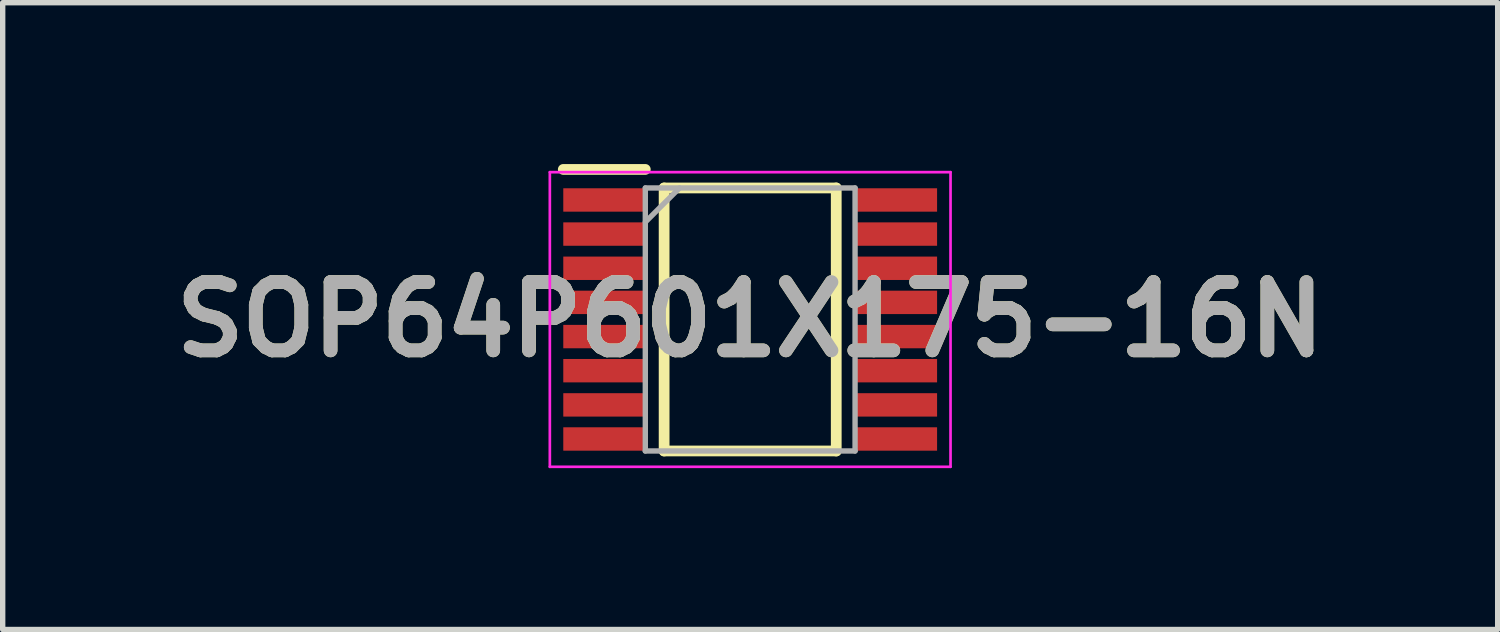
<source format=kicad_pcb>
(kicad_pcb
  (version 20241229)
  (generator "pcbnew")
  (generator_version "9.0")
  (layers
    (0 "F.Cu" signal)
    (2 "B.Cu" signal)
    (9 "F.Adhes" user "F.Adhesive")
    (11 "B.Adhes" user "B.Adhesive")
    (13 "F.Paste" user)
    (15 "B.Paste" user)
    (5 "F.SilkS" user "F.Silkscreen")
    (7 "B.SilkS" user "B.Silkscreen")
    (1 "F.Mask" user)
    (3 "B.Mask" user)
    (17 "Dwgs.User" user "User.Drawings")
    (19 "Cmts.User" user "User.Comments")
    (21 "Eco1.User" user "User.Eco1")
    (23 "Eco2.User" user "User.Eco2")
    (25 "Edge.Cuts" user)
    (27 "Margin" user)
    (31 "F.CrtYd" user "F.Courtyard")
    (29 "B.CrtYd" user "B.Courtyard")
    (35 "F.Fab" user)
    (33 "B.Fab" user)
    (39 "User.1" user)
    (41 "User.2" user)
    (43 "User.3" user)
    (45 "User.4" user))
  (footprint "SOP64P601X175-16N"
    (layer "F.Cu")
    (at 10.898 2.89)
    (property "Reference" "SOP64P601X175-16N" (at 0 0 0) (layer "F.SilkS") (effects (font (size 1.27 1.27) (thickness 0.254))))
    (attr smd)
    (fp_line (start -3.475 -2.79) (end -1.95 -2.79) (stroke (width 0.2) (type solid)) (layer "F.SilkS"))
    (fp_line (start -1.6 -2.445) (end 1.6 -2.445) (stroke (width 0.2) (type solid)) (layer "F.SilkS"))
    (fp_line (start -1.6 2.445) (end -1.6 -2.445) (stroke (width 0.2) (type solid)) (layer "F.SilkS"))
    (fp_line (start 1.6 -2.445) (end 1.6 2.445) (stroke (width 0.2) (type solid)) (layer "F.SilkS"))
    (fp_line (start 1.6 2.445) (end -1.6 2.445) (stroke (width 0.2) (type solid)) (layer "F.SilkS"))
    (fp_line (start -3.725 -2.739) (end 3.725 -2.739) (stroke (width 0.05) (type solid)) (layer "F.CrtYd"))
    (fp_line (start -3.725 2.739) (end -3.725 -2.739) (stroke (width 0.05) (type solid)) (layer "F.CrtYd"))
    (fp_line (start 3.725 -2.739) (end 3.725 2.739) (stroke (width 0.05) (type solid)) (layer "F.CrtYd"))
    (fp_line (start 3.725 2.739) (end -3.725 2.739) (stroke (width 0.05) (type solid)) (layer "F.CrtYd"))
    (fp_line (start -1.95 -2.445) (end 1.95 -2.445) (stroke (width 0.1) (type solid)) (layer "F.Fab"))
    (fp_line (start -1.95 -1.81) (end -1.314 -2.445) (stroke (width 0.1) (type solid)) (layer "F.Fab"))
    (fp_line (start -1.95 2.445) (end -1.95 -2.445) (stroke (width 0.1) (type solid)) (layer "F.Fab"))
    (fp_line (start 1.95 -2.445) (end 1.95 2.445) (stroke (width 0.1) (type solid)) (layer "F.Fab"))
    (fp_line (start 1.95 2.445) (end -1.95 2.445) (stroke (width 0.1) (type solid)) (layer "F.Fab"))
    (fp_text user "${REFERENCE}" (at 0 0 0) (layer "F.Fab") (effects (font (size 1.27 1.27) (thickness 0.254))))
    (pad "1" smd rect (at -2.712 -2.222 90) (size 0.435 1.526) (layers "F.Cu" "F.Mask" "F.Paste"))
    (pad "2" smd rect (at -2.712 -1.588 90) (size 0.435 1.526) (layers "F.Cu" "F.Mask" "F.Paste"))
    (pad "3" smd rect (at -2.712 -0.952 90) (size 0.435 1.526) (layers "F.Cu" "F.Mask" "F.Paste"))
    (pad "4" smd rect (at -2.712 -0.318 90) (size 0.435 1.526) (layers "F.Cu" "F.Mask" "F.Paste"))
    (pad "5" smd rect (at -2.712 0.318 90) (size 0.435 1.526) (layers "F.Cu" "F.Mask" "F.Paste"))
    (pad "6" smd rect (at -2.712 0.952 90) (size 0.435 1.526) (layers "F.Cu" "F.Mask" "F.Paste"))
    (pad "7" smd rect (at -2.712 1.588 90) (size 0.435 1.526) (layers "F.Cu" "F.Mask" "F.Paste"))
    (pad "8" smd rect (at -2.712 2.222 90) (size 0.435 1.526) (layers "F.Cu" "F.Mask" "F.Paste"))
    (pad "9" smd rect (at 2.712 2.222 90) (size 0.435 1.526) (layers "F.Cu" "F.Mask" "F.Paste"))
    (pad "10" smd rect (at 2.712 1.588 90) (size 0.435 1.526) (layers "F.Cu" "F.Mask" "F.Paste"))
    (pad "11" smd rect (at 2.712 0.952 90) (size 0.435 1.526) (layers "F.Cu" "F.Mask" "F.Paste"))
    (pad "12" smd rect (at 2.712 0.318 90) (size 0.435 1.526) (layers "F.Cu" "F.Mask" "F.Paste"))
    (pad "13" smd rect (at 2.712 -0.318 90) (size 0.435 1.526) (layers "F.Cu" "F.Mask" "F.Paste"))
    (pad "14" smd rect (at 2.712 -0.952 90) (size 0.435 1.526) (layers "F.Cu" "F.Mask" "F.Paste"))
    (pad "15" smd rect (at 2.712 -1.588 90) (size 0.435 1.526) (layers "F.Cu" "F.Mask" "F.Paste"))
    (pad "16" smd rect (at 2.712 -2.222 90) (size 0.435 1.526) (layers "F.Cu" "F.Mask" "F.Paste")))
  (gr_rect
    (start -3 -3)
    (end 24.796 8.654)
    (stroke (width 0.1) (type default))
    (fill no)
    (layer "Edge.Cuts")))
</source>
